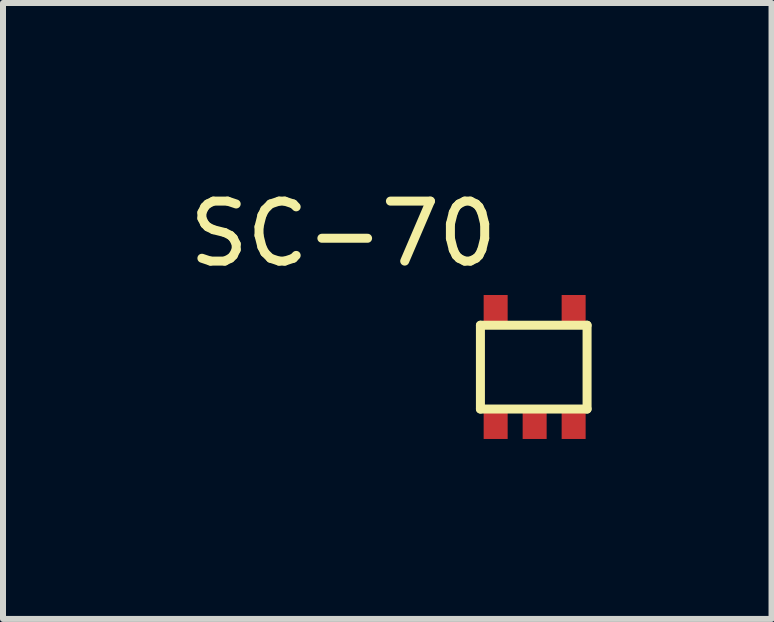
<source format=kicad_pcb>
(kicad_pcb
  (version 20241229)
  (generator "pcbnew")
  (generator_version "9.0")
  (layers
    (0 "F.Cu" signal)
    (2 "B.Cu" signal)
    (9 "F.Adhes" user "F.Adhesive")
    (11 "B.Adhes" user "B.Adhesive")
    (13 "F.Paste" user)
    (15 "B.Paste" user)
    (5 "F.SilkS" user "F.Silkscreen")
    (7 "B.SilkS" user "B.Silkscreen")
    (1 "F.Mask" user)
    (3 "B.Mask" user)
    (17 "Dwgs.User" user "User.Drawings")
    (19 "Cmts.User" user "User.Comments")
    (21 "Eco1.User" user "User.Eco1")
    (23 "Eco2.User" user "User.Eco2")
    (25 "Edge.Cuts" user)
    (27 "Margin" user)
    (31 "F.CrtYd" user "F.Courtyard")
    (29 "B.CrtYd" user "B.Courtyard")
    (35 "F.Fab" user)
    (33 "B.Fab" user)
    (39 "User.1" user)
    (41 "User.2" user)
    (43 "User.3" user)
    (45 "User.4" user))
  (footprint "SC-70"
    (layer "F.Cu")
    (at 5.213 2.118)
    (property "Reference" "SC-70" (at -2.54 -1.27 0) (layer "F.SilkS") (effects (font (size 1 1) (thickness 0.15))))
    (attr through_hole)
    (fp_line (start -0.254 0.254) (end 1.524 0.254) (stroke (width 0.15) (type solid)) (layer "F.SilkS"))
    (fp_line (start -0.254 1.651) (end -0.254 0.254) (stroke (width 0.15) (type solid)) (layer "F.SilkS"))
    (fp_line (start 1.524 0.254) (end 1.524 1.651) (stroke (width 0.15) (type solid)) (layer "F.SilkS"))
    (fp_line (start 1.524 1.651) (end -0.254 1.651) (stroke (width 0.15) (type solid)) (layer "F.SilkS"))
    (pad "1" smd rect (at 0 1.9) (size 0.4 0.5) (layers "F.Cu" "F.Mask" "F.Paste"))
    (pad "2" smd rect (at 0.65 1.9) (size 0.4 0.5) (layers "F.Cu" "F.Mask" "F.Paste"))
    (pad "3" smd rect (at 1.3 1.9) (size 0.4 0.5) (layers "F.Cu" "F.Mask" "F.Paste"))
    (pad "4" smd rect (at 1.3 0) (size 0.4 0.5) (layers "F.Cu" "F.Mask" "F.Paste"))
    (pad "5" smd rect (at 0 0) (size 0.4 0.5) (layers "F.Cu" "F.Mask" "F.Paste")))
  (gr_rect
    (start -3 -3)
    (end 9.812 7.268)
    (stroke (width 0.1) (type default))
    (fill no)
    (layer "Edge.Cuts")))
</source>
